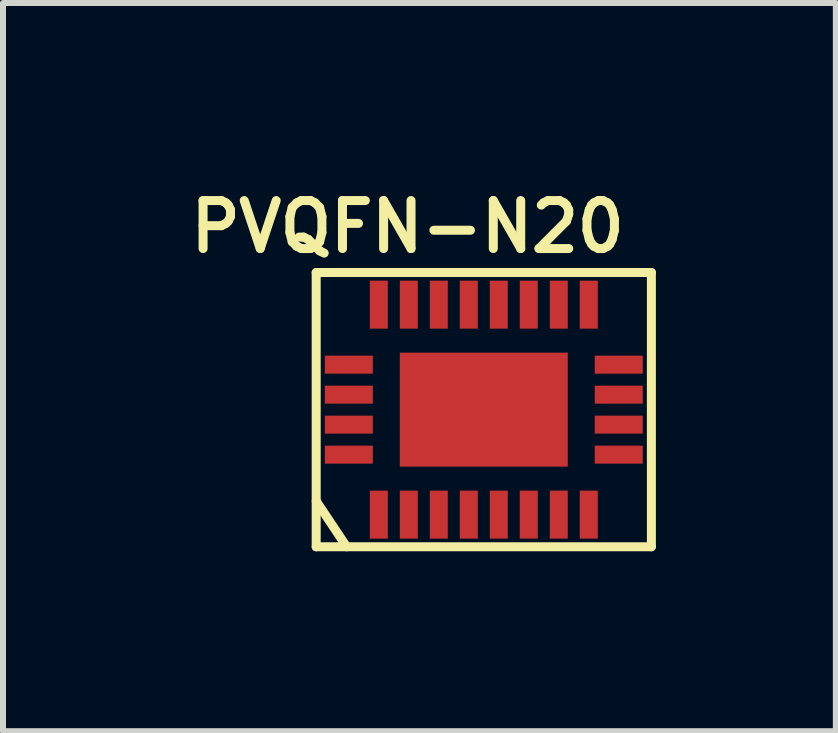
<source format=kicad_pcb>
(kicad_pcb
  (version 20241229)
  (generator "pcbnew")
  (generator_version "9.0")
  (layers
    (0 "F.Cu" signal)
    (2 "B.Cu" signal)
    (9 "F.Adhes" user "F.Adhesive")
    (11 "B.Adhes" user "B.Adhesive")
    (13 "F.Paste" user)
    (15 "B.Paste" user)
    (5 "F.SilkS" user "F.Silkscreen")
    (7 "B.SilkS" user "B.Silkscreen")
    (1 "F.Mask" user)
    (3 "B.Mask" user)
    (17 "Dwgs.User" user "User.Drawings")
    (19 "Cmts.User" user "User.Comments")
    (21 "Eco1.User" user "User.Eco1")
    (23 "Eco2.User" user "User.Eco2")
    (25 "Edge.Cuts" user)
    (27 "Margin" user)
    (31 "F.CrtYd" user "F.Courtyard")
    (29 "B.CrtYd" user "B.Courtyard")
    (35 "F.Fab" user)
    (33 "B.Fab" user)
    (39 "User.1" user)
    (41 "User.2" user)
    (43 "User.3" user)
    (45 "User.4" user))
  (footprint "PVQFN-N20"
    (layer "F.Cu")
    (at 5.015 3.779)
    (property "Reference" "PVQFN-N20" (at -1.27 -3.048 0) (layer "F.SilkS") (effects (font (size 0.8 0.8) (thickness 0.15))))
    (attr through_hole)
    (fp_line (start -2.794 -2.286) (end -2.794 2.286) (stroke (width 0.15) (type solid)) (layer "F.SilkS"))
    (fp_line (start -2.794 1.524) (end -2.286 2.286) (stroke (width 0.15) (type solid)) (layer "F.SilkS"))
    (fp_line (start -2.794 2.286) (end 2.794 2.286) (stroke (width 0.15) (type solid)) (layer "F.SilkS"))
    (fp_line (start 2.794 -2.286) (end -2.794 -2.286) (stroke (width 0.15) (type solid)) (layer "F.SilkS"))
    (fp_line (start 2.794 2.286) (end 2.794 -2.286) (stroke (width 0.15) (type solid)) (layer "F.SilkS"))
    (pad "1" smd rect (at -2.25 0.75) (size 0.8 0.3) (layers "F.Cu" "F.Mask" "F.Paste"))
    (pad "2" smd rect (at -1.75 1.75) (size 0.3 0.8) (layers "F.Cu" "F.Mask" "F.Paste"))
    (pad "3" smd rect (at -1.25 1.75) (size 0.3 0.8) (layers "F.Cu" "F.Mask" "F.Paste"))
    (pad "4" smd rect (at -0.75 1.75) (size 0.3 0.8) (layers "F.Cu" "F.Mask" "F.Paste"))
    (pad "5" smd rect (at -0.25 1.75) (size 0.3 0.8) (layers "F.Cu" "F.Mask" "F.Paste"))
    (pad "6" smd rect (at 0.25 1.75) (size 0.3 0.8) (layers "F.Cu" "F.Mask" "F.Paste"))
    (pad "7" smd rect (at 0.75 1.75) (size 0.3 0.8) (layers "F.Cu" "F.Mask" "F.Paste"))
    (pad "8" smd rect (at 1.25 1.75) (size 0.3 0.8) (layers "F.Cu" "F.Mask" "F.Paste"))
    (pad "9" smd rect (at 1.75 1.75) (size 0.3 0.8) (layers "F.Cu" "F.Mask" "F.Paste"))
    (pad "10" smd rect (at 2.25 0.75) (size 0.8 0.3) (layers "F.Cu" "F.Mask" "F.Paste"))
    (pad "11" smd rect (at 2.25 -0.75) (size 0.8 0.3) (layers "F.Cu" "F.Mask" "F.Paste"))
    (pad "12" smd rect (at 1.75 -1.75) (size 0.3 0.8) (layers "F.Cu" "F.Mask" "F.Paste"))
    (pad "13" smd rect (at 1.25 -1.75) (size 0.3 0.8) (layers "F.Cu" "F.Mask" "F.Paste"))
    (pad "14" smd rect (at 0.75 -1.75) (size 0.3 0.8) (layers "F.Cu" "F.Mask" "F.Paste"))
    (pad "15" smd rect (at 0.25 -1.75) (size 0.3 0.8) (layers "F.Cu" "F.Mask" "F.Paste"))
    (pad "16" smd rect (at -0.25 -1.75) (size 0.3 0.8) (layers "F.Cu" "F.Mask" "F.Paste"))
    (pad "17" smd rect (at -0.75 -1.75) (size 0.3 0.8) (layers "F.Cu" "F.Mask" "F.Paste"))
    (pad "18" smd rect (at -1.25 -1.75) (size 0.3 0.8) (layers "F.Cu" "F.Mask" "F.Paste"))
    (pad "19" smd rect (at -1.75 -1.75) (size 0.3 0.8) (layers "F.Cu" "F.Mask" "F.Paste"))
    (pad "20" smd rect (at -2.25 -0.75) (size 0.8 0.3) (layers "F.Cu" "F.Mask" "F.Paste"))
    (pad "TH" smd rect (at 0 0) (size 2.8 1.9) (layers "F.Cu" "F.Mask" "F.Paste"))
    (pad "TH_1" smd rect (at -2.25 0.25) (size 0.8 0.3) (layers "F.Cu" "F.Mask" "F.Paste"))
    (pad "TH_2" smd rect (at 2.25 0.25) (size 0.8 0.3) (layers "F.Cu" "F.Mask" "F.Paste"))
    (pad "TH_3" smd rect (at 2.25 -0.25) (size 0.8 0.3) (layers "F.Cu" "F.Mask" "F.Paste"))
    (pad "TH_4" smd rect (at -2.25 -0.25) (size 0.8 0.3) (layers "F.Cu" "F.Mask" "F.Paste")))
  (gr_rect
    (start -3 -3)
    (end 10.884 9.14)
    (stroke (width 0.1) (type default))
    (fill no)
    (layer "Edge.Cuts")))
</source>
